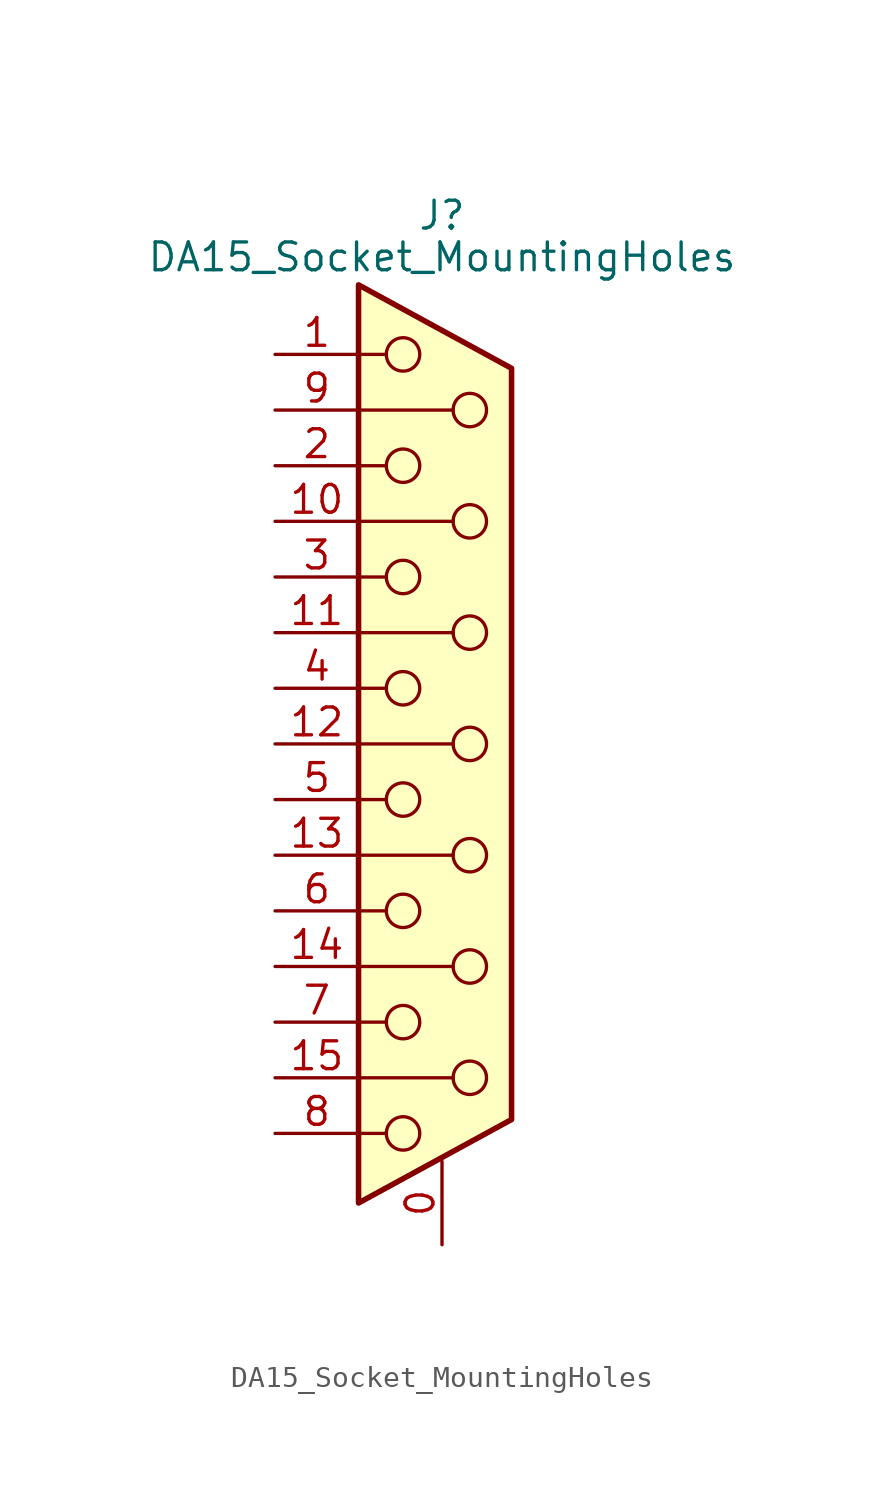
<source format=kicad_sym>
(kicad_symbol_lib
  (version 20241209)
  (generator "kicad_symbol_editor")
  (generator_version "9.0")
  (symbol "DA15_Socket_MountingHoles"
    (pin_names
      (offset 1.016)
      (hide yes))
    (property "Reference" "J"
      (at 0 24.13 0)
      (effects (font (size 1.27 1.27))))
    (property "Value" "DA15_Socket_MountingHoles"
      (at 0 22.225 0)
      (effects (font (size 1.27 1.27))))
    (symbol "DA15_Socket_MountingHoles_0_1"
      (polyline (pts (xy -3.81 20.955) (xy 3.175 17.145) (xy 3.175 -17.145) (xy -3.81 -20.955) (xy -3.81 20.955)) (stroke (width 0.254) (type default)) (fill (type background)))
      (polyline (pts (xy -3.81 17.78) (xy -2.54 17.78)) (stroke (width 0) (type default)) (fill (type none)))
      (polyline (pts (xy -3.81 15.24) (xy 0.508 15.24)) (stroke (width 0) (type default)) (fill (type none)))
      (polyline (pts (xy -3.81 12.7) (xy -2.54 12.7)) (stroke (width 0) (type default)) (fill (type none)))
      (polyline (pts (xy -3.81 10.16) (xy 0.508 10.16)) (stroke (width 0) (type default)) (fill (type none)))
      (polyline (pts (xy -3.81 7.62) (xy -2.54 7.62)) (stroke (width 0) (type default)) (fill (type none)))
      (polyline (pts (xy -3.81 5.08) (xy 0.508 5.08)) (stroke (width 0) (type default)) (fill (type none)))
      (polyline (pts (xy -3.81 2.54) (xy -2.54 2.54)) (stroke (width 0) (type default)) (fill (type none)))
      (polyline (pts (xy -3.81 0) (xy 0.508 0)) (stroke (width 0) (type default)) (fill (type none)))
      (polyline (pts (xy -3.81 -2.54) (xy -2.54 -2.54)) (stroke (width 0) (type default)) (fill (type none)))
      (polyline (pts (xy -3.81 -5.08) (xy 0.508 -5.08)) (stroke (width 0) (type default)) (fill (type none)))
      (polyline (pts (xy -3.81 -7.62) (xy -2.54 -7.62)) (stroke (width 0) (type default)) (fill (type none)))
      (polyline (pts (xy -3.81 -10.16) (xy 0.508 -10.16)) (stroke (width 0) (type default)) (fill (type none)))
      (polyline (pts (xy -3.81 -12.7) (xy -2.54 -12.7)) (stroke (width 0) (type default)) (fill (type none)))
      (polyline (pts (xy -3.81 -15.24) (xy 0.508 -15.24)) (stroke (width 0) (type default)) (fill (type none)))
      (polyline (pts (xy -3.81 -17.78) (xy -2.54 -17.78)) (stroke (width 0) (type default)) (fill (type none)))
      (circle (center -1.778 17.78) (radius 0.762) (stroke (width 0) (type default)) (fill (type none)))
      (circle (center -1.778 12.7) (radius 0.762) (stroke (width 0) (type default)) (fill (type none)))
      (circle (center -1.778 7.62) (radius 0.762) (stroke (width 0) (type default)) (fill (type none)))
      (circle (center -1.778 2.54) (radius 0.762) (stroke (width 0) (type default)) (fill (type none)))
      (circle (center -1.778 -2.54) (radius 0.762) (stroke (width 0) (type default)) (fill (type none)))
      (circle (center -1.778 -7.62) (radius 0.762) (stroke (width 0) (type default)) (fill (type none)))
      (circle (center -1.778 -12.7) (radius 0.762) (stroke (width 0) (type default)) (fill (type none)))
      (circle (center -1.778 -17.78) (radius 0.762) (stroke (width 0) (type default)) (fill (type none)))
      (circle (center 1.27 15.24) (radius 0.762) (stroke (width 0) (type default)) (fill (type none)))
      (circle (center 1.27 10.16) (radius 0.762) (stroke (width 0) (type default)) (fill (type none)))
      (circle (center 1.27 5.08) (radius 0.762) (stroke (width 0) (type default)) (fill (type none)))
      (circle (center 1.27 0) (radius 0.762) (stroke (width 0) (type default)) (fill (type none)))
      (circle (center 1.27 -5.08) (radius 0.762) (stroke (width 0) (type default)) (fill (type none)))
      (circle (center 1.27 -10.16) (radius 0.762) (stroke (width 0) (type default)) (fill (type none)))
      (circle (center 1.27 -15.24) (radius 0.762) (stroke (width 0) (type default)) (fill (type none))))
    (symbol "DA15_Socket_MountingHoles_1_1"
      (pin passive line (at -7.62 17.78 0) (length 3.81) (name "1" (effects (font (size 1.27 1.27)))) (number "1" (effects (font (size 1.27 1.27)))))
      (pin passive line (at -7.62 15.24 0) (length 3.81) (name "P9" (effects (font (size 1.27 1.27)))) (number "9" (effects (font (size 1.27 1.27)))))
      (pin passive line (at -7.62 12.7 0) (length 3.81) (name "2" (effects (font (size 1.27 1.27)))) (number "2" (effects (font (size 1.27 1.27)))))
      (pin passive line (at -7.62 10.16 0) (length 3.81) (name "P10" (effects (font (size 1.27 1.27)))) (number "10" (effects (font (size 1.27 1.27)))))
      (pin passive line (at -7.62 7.62 0) (length 3.81) (name "3" (effects (font (size 1.27 1.27)))) (number "3" (effects (font (size 1.27 1.27)))))
      (pin passive line (at -7.62 5.08 0) (length 3.81) (name "P111" (effects (font (size 1.27 1.27)))) (number "11" (effects (font (size 1.27 1.27)))))
      (pin passive line (at -7.62 2.54 0) (length 3.81) (name "4" (effects (font (size 1.27 1.27)))) (number "4" (effects (font (size 1.27 1.27)))))
      (pin passive line (at -7.62 0 0) (length 3.81) (name "P12" (effects (font (size 1.27 1.27)))) (number "12" (effects (font (size 1.27 1.27)))))
      (pin passive line (at -7.62 -2.54 0) (length 3.81) (name "5" (effects (font (size 1.27 1.27)))) (number "5" (effects (font (size 1.27 1.27)))))
      (pin passive line (at -7.62 -5.08 0) (length 3.81) (name "P13" (effects (font (size 1.27 1.27)))) (number "13" (effects (font (size 1.27 1.27)))))
      (pin passive line (at -7.62 -7.62 0) (length 3.81) (name "6" (effects (font (size 1.27 1.27)))) (number "6" (effects (font (size 1.27 1.27)))))
      (pin passive line (at -7.62 -10.16 0) (length 3.81) (name "P14" (effects (font (size 1.27 1.27)))) (number "14" (effects (font (size 1.27 1.27)))))
      (pin passive line (at -7.62 -12.7 0) (length 3.81) (name "7" (effects (font (size 1.27 1.27)))) (number "7" (effects (font (size 1.27 1.27)))))
      (pin passive line (at -7.62 -15.24 0) (length 3.81) (name "P15" (effects (font (size 1.27 1.27)))) (number "15" (effects (font (size 1.27 1.27)))))
      (pin passive line (at -7.62 -17.78 0) (length 3.81) (name "8" (effects (font (size 1.27 1.27)))) (number "8" (effects (font (size 1.27 1.27)))))
      (pin passive line (at 0 -22.86 90) (length 3.81) (name "PAD" (effects (font (size 1.27 1.27)))) (number "0" (effects (font (size 1.27 1.27))))))))
</source>
